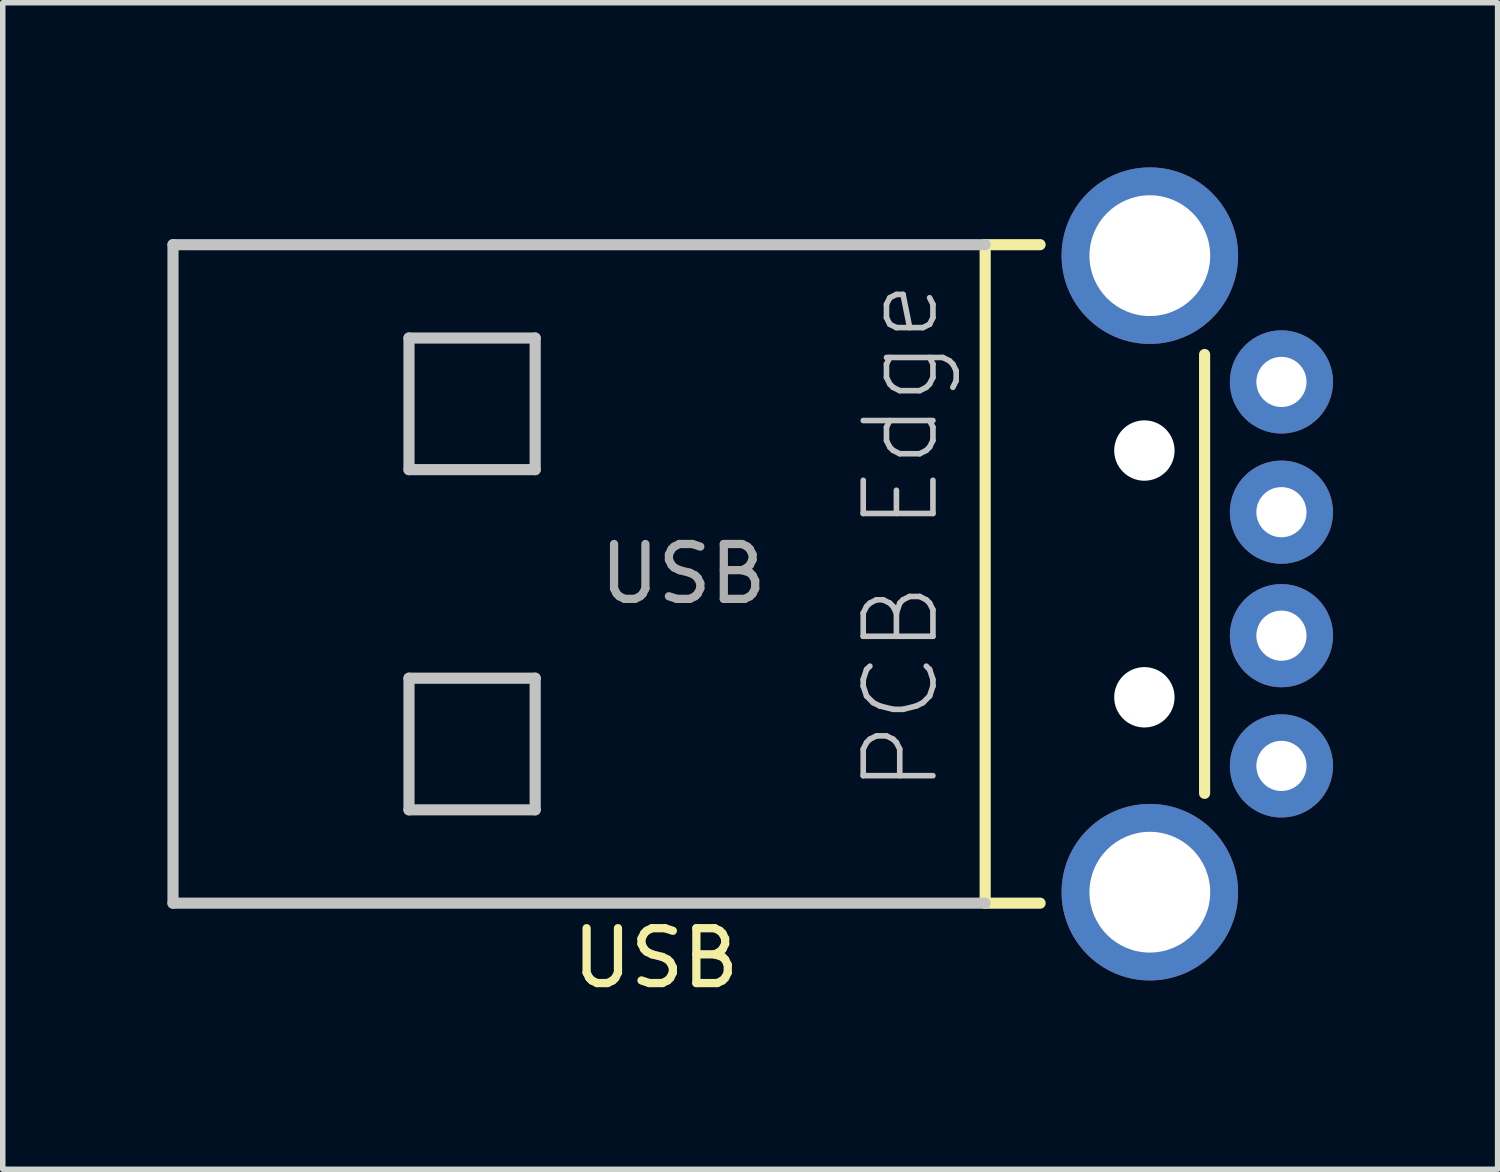
<source format=kicad_pcb>
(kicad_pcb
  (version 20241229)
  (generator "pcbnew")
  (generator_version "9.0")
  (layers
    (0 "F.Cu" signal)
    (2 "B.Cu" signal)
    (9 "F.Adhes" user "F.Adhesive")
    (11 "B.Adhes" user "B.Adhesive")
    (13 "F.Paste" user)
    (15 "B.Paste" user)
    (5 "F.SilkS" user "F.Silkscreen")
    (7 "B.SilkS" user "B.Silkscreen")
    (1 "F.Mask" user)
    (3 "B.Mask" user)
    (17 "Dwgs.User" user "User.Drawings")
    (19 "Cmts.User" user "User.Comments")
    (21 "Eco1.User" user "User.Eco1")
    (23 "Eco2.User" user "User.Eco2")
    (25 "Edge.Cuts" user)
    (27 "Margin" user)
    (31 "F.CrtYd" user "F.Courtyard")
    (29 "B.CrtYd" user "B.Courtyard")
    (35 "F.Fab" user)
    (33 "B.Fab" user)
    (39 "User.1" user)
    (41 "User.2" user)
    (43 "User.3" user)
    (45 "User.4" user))
  (footprint "USB"
    (layer "F.Cu")
    (at 10.4 7.407)
    (property "Reference" "USB" (at -1.5 7 0) (unlocked yes) (layer "F.SilkS") (effects (font (size 1 1) (thickness 0.15))))
    (attr through_hole)
    (fp_line (start 4.5 -5.999) (end 4.5 5.999) (stroke (width 0.203) (type solid)) (layer "F.SilkS"))
    (fp_line (start 4.5 -5.999) (end 5.501 -5.999) (stroke (width 0.203) (type solid)) (layer "F.SilkS"))
    (fp_line (start 4.5 5.999) (end 5.501 5.999) (stroke (width 0.203) (type solid)) (layer "F.SilkS"))
    (fp_line (start 8.498 3.998) (end 8.498 -3.998) (stroke (width 0.203) (type solid)) (layer "F.SilkS"))
    (fp_line (start -10.298 -5.999) (end -10.298 5.999) (stroke (width 0.203) (type solid)) (layer "Dwgs.User"))
    (fp_line (start -5.998 -4.298) (end -5.998 -1.9) (stroke (width 0.203) (type solid)) (layer "Dwgs.User"))
    (fp_line (start -5.998 -1.9) (end -3.699 -1.9) (stroke (width 0.203) (type solid)) (layer "Dwgs.User"))
    (fp_line (start -5.998 1.9) (end -5.998 4.298) (stroke (width 0.203) (type solid)) (layer "Dwgs.User"))
    (fp_line (start -5.998 4.298) (end -3.699 4.298) (stroke (width 0.203) (type solid)) (layer "Dwgs.User"))
    (fp_line (start -3.699 -4.298) (end -5.998 -4.298) (stroke (width 0.203) (type solid)) (layer "Dwgs.User"))
    (fp_line (start -3.699 -1.9) (end -3.699 -4.298) (stroke (width 0.203) (type solid)) (layer "Dwgs.User"))
    (fp_line (start -3.699 1.9) (end -5.998 1.9) (stroke (width 0.203) (type solid)) (layer "Dwgs.User"))
    (fp_line (start -3.699 4.298) (end -3.699 1.9) (stroke (width 0.203) (type solid)) (layer "Dwgs.User"))
    (fp_line (start 4.5 -5.999) (end -10.298 -5.999) (stroke (width 0.203) (type solid)) (layer "Dwgs.User"))
    (fp_line (start 4.5 5.999) (end -10.298 5.999) (stroke (width 0.203) (type solid)) (layer "Dwgs.User"))
    (fp_text user "PCB Edge" (at 2.966 -0.678 90) (layer "Dwgs.User") (effects (font (size 1.27 1.27) (thickness 0.102))))
    (fp_text user "${REFERENCE}" (at -1 0 0) (unlocked yes) (layer "F.Fab") (effects (font (size 1 1) (thickness 0.15))))
    (pad "" np_thru_hole circle (at 7.401 -2.248) (size 1.1 1.1) (drill 1.1) (layers "*.Cu" "*.Mask"))
    (pad "" np_thru_hole circle (at 7.401 2.248) (size 1.1 1.1) (drill 1.1) (layers "*.Cu" "*.Mask"))
    (pad "1" thru_hole circle (at 9.898 3.498) (size 1.88 1.88) (drill 0.914) (layers "*.Cu" "*.Mask"))
    (pad "2" thru_hole circle (at 9.898 1.125) (size 1.88 1.88) (drill 0.914) (layers "*.Cu" "*.Mask"))
    (pad "3" thru_hole circle (at 9.898 -1.125) (size 1.88 1.88) (drill 0.914) (layers "*.Cu" "*.Mask"))
    (pad "4" thru_hole circle (at 9.898 -3.498) (size 1.88 1.88) (drill 0.914) (layers "*.Cu" "*.Mask"))
    (pad "5" thru_hole circle (at 7.5 -5.799) (size 3.216 3.216) (drill 2.2) (layers "*.Cu" "*.Mask"))
    (pad "5" thru_hole circle (at 7.5 5.799) (size 3.216 3.216) (drill 2.2) (layers "*.Cu" "*.Mask")))
  (gr_rect
    (start -3 -3)
    (end 24.237 18.255)
    (stroke (width 0.1) (type default))
    (fill no)
    (layer "Edge.Cuts")))
</source>
